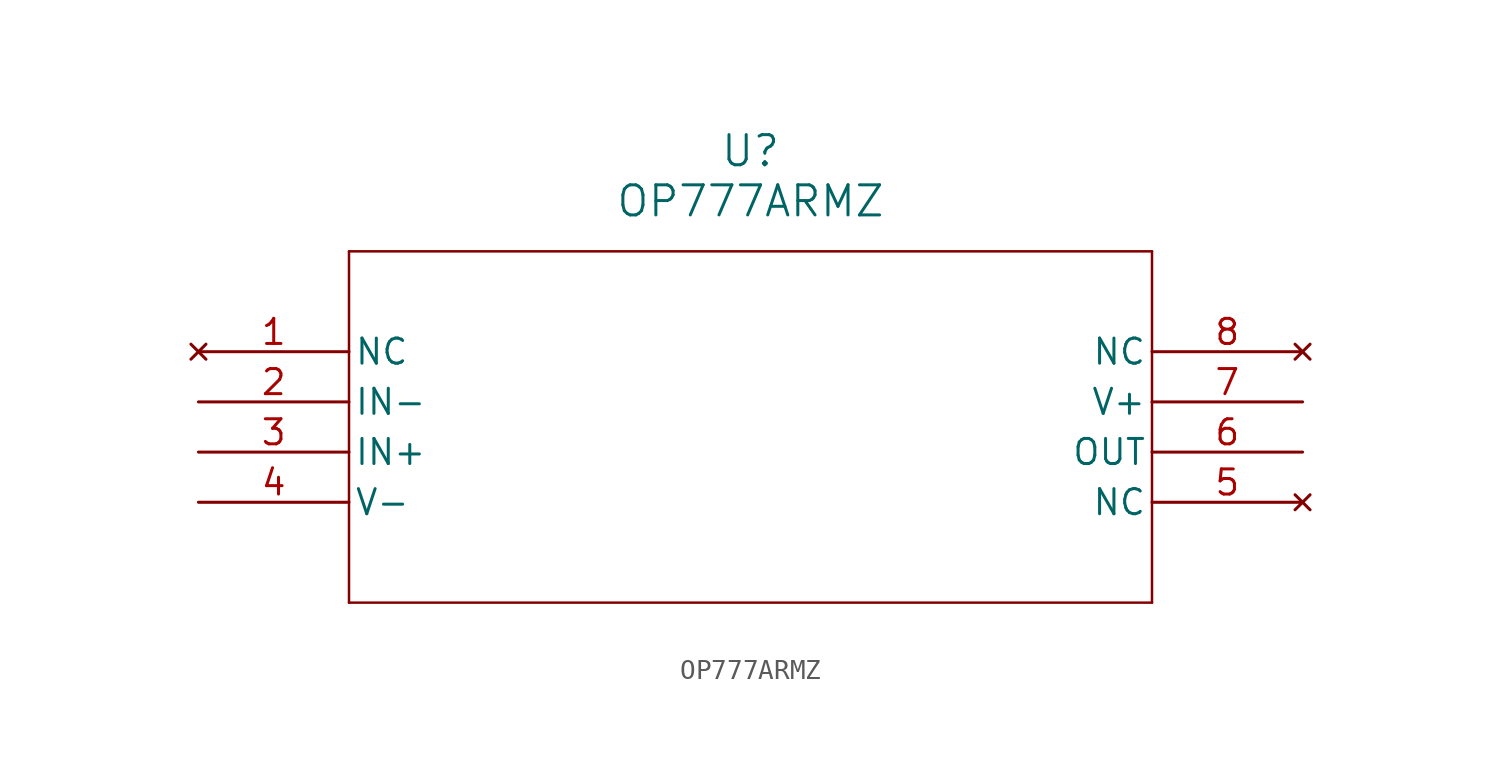
<source format=kicad_sym>
(kicad_symbol_lib
  (version 20211014)
  (generator kicad_symbol_editor)
  (symbol "OP777ARMZ"
    (pin_names
      (offset 0.254))
    (property "Reference" "U"
      (at 27.94 10.16 0)
      (effects (font (size 1.524 1.524))))
    (property "Value" "OP777ARMZ"
      (at 27.94 7.62 0)
      (effects (font (size 1.524 1.524))))
    (symbol "OP777ARMZ_0_1"
      (polyline (pts (xy 7.62 5.08) (xy 7.62 -12.7)) (stroke (width 0.127) (type default) (color 0 0 0 0)) (fill (type none)))
      (polyline (pts (xy 7.62 -12.7) (xy 48.26 -12.7)) (stroke (width 0.127) (type default) (color 0 0 0 0)) (fill (type none)))
      (polyline (pts (xy 48.26 -12.7) (xy 48.26 5.08)) (stroke (width 0.127) (type default) (color 0 0 0 0)) (fill (type none)))
      (polyline (pts (xy 48.26 5.08) (xy 7.62 5.08)) (stroke (width 0.127) (type default) (color 0 0 0 0)) (fill (type none)))
      (pin no_connect line (at 0 0 0) (length 7.62) (name "NC" (effects (font (size 1.27 1.27)))) (number "1" (effects (font (size 1.27 1.27)))))
      (pin input line (at 0 -2.54 0) (length 7.62) (name "IN-" (effects (font (size 1.27 1.27)))) (number "2" (effects (font (size 1.27 1.27)))))
      (pin input line (at 0 -5.08 0) (length 7.62) (name "IN+" (effects (font (size 1.27 1.27)))) (number "3" (effects (font (size 1.27 1.27)))))
      (pin power_in line (at 0 -7.62 0) (length 7.62) (name "V-" (effects (font (size 1.27 1.27)))) (number "4" (effects (font (size 1.27 1.27)))))
      (pin no_connect line (at 55.88 -7.62 180) (length 7.62) (name "NC" (effects (font (size 1.27 1.27)))) (number "5" (effects (font (size 1.27 1.27)))))
      (pin output line (at 55.88 -5.08 180) (length 7.62) (name "OUT" (effects (font (size 1.27 1.27)))) (number "6" (effects (font (size 1.27 1.27)))))
      (pin power_in line (at 55.88 -2.54 180) (length 7.62) (name "V+" (effects (font (size 1.27 1.27)))) (number "7" (effects (font (size 1.27 1.27)))))
      (pin no_connect line (at 55.88 0 180) (length 7.62) (name "NC" (effects (font (size 1.27 1.27)))) (number "8" (effects (font (size 1.27 1.27))))))))
</source>
